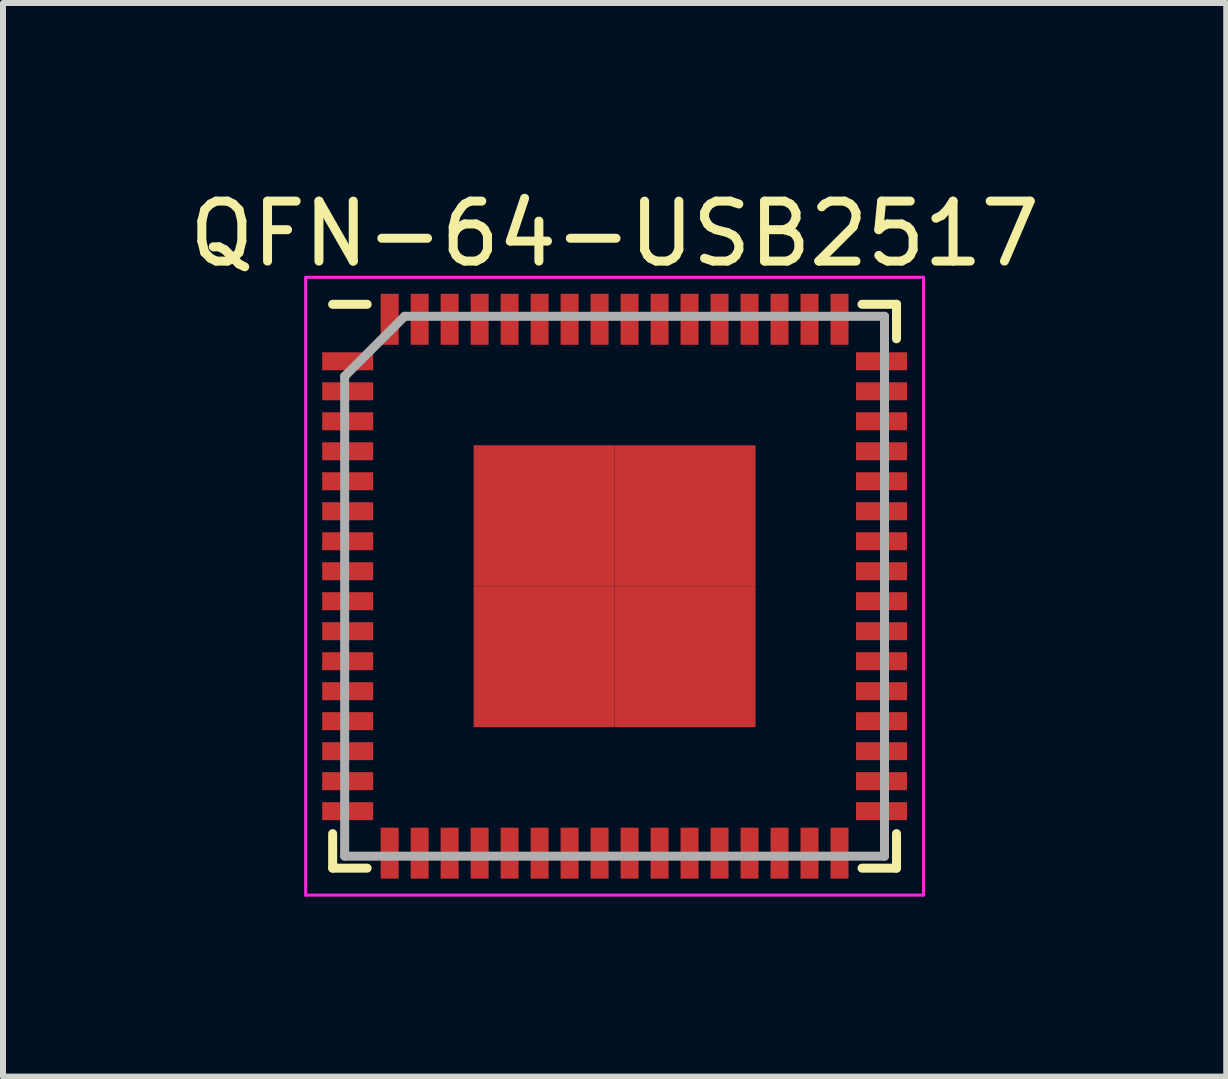
<source format=kicad_pcb>
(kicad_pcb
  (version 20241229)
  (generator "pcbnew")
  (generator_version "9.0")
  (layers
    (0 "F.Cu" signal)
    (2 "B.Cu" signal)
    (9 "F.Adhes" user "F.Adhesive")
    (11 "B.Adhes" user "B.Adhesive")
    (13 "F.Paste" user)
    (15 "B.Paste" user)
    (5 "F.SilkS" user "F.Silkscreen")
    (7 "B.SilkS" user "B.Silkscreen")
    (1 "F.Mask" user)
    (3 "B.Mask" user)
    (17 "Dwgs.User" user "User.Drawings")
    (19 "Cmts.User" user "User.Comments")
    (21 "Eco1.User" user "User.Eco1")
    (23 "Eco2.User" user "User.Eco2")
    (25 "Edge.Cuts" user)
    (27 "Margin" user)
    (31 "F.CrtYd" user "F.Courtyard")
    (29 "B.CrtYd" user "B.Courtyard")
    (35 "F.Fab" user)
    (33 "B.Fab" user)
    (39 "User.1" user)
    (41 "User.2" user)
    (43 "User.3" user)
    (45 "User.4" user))
  (footprint "QFN-64-USB2517"
    (layer "F.Cu")
    (at 7.196 6.723)
    (property "Reference" "QFN-64-USB2517" (at 0 -5.875 0) (layer "F.SilkS") (effects (font (size 1 1) (thickness 0.15))))
    (attr smd)
    (fp_line (start -4.7 -4.7) (end -4.125 -4.7) (stroke (width 0.15) (type solid)) (layer "F.SilkS"))
    (fp_line (start -4.7 4.7) (end -4.7 4.125) (stroke (width 0.15) (type solid)) (layer "F.SilkS"))
    (fp_line (start -4.7 4.7) (end -4.125 4.7) (stroke (width 0.15) (type solid)) (layer "F.SilkS"))
    (fp_line (start 4.7 -4.7) (end 4.125 -4.7) (stroke (width 0.15) (type solid)) (layer "F.SilkS"))
    (fp_line (start 4.7 -4.7) (end 4.7 -4.125) (stroke (width 0.15) (type solid)) (layer "F.SilkS"))
    (fp_line (start 4.7 4.7) (end 4.125 4.7) (stroke (width 0.15) (type solid)) (layer "F.SilkS"))
    (fp_line (start 4.7 4.7) (end 4.7 4.125) (stroke (width 0.15) (type solid)) (layer "F.SilkS"))
    (fp_line (start -5.15 -5.15) (end -5.15 5.15) (stroke (width 0.05) (type solid)) (layer "F.CrtYd"))
    (fp_line (start -5.15 -5.15) (end 5.15 -5.15) (stroke (width 0.05) (type solid)) (layer "F.CrtYd"))
    (fp_line (start -5.15 5.15) (end 5.15 5.15) (stroke (width 0.05) (type solid)) (layer "F.CrtYd"))
    (fp_line (start 5.15 -5.15) (end 5.15 5.15) (stroke (width 0.05) (type solid)) (layer "F.CrtYd"))
    (fp_line (start -4.5 -3.5) (end -3.5 -4.5) (stroke (width 0.15) (type solid)) (layer "F.Fab"))
    (fp_line (start -4.5 4.5) (end -4.5 -3.5) (stroke (width 0.15) (type solid)) (layer "F.Fab"))
    (fp_line (start -3.5 -4.5) (end 4.5 -4.5) (stroke (width 0.15) (type solid)) (layer "F.Fab"))
    (fp_line (start 4.5 -4.5) (end 4.5 4.5) (stroke (width 0.15) (type solid)) (layer "F.Fab"))
    (fp_line (start 4.5 4.5) (end -4.5 4.5) (stroke (width 0.15) (type solid)) (layer "F.Fab"))
    (pad "1" smd rect (at -4.45 -3.75) (size 0.85 0.3) (layers "F.Cu" "F.Mask" "F.Paste"))
    (pad "2" smd rect (at -4.45 -3.25) (size 0.85 0.3) (layers "F.Cu" "F.Mask" "F.Paste"))
    (pad "3" smd rect (at -4.45 -2.75) (size 0.85 0.3) (layers "F.Cu" "F.Mask" "F.Paste"))
    (pad "4" smd rect (at -4.45 -2.25) (size 0.85 0.3) (layers "F.Cu" "F.Mask" "F.Paste"))
    (pad "5" smd rect (at -4.45 -1.75) (size 0.85 0.3) (layers "F.Cu" "F.Mask" "F.Paste"))
    (pad "6" smd rect (at -4.45 -1.25) (size 0.85 0.3) (layers "F.Cu" "F.Mask" "F.Paste"))
    (pad "7" smd rect (at -4.45 -0.75) (size 0.85 0.3) (layers "F.Cu" "F.Mask" "F.Paste"))
    (pad "8" smd rect (at -4.45 -0.25) (size 0.85 0.3) (layers "F.Cu" "F.Mask" "F.Paste"))
    (pad "9" smd rect (at -4.45 0.25) (size 0.85 0.3) (layers "F.Cu" "F.Mask" "F.Paste"))
    (pad "10" smd rect (at -4.45 0.75) (size 0.85 0.3) (layers "F.Cu" "F.Mask" "F.Paste"))
    (pad "11" smd rect (at -4.45 1.25) (size 0.85 0.3) (layers "F.Cu" "F.Mask" "F.Paste"))
    (pad "12" smd rect (at -4.45 1.75) (size 0.85 0.3) (layers "F.Cu" "F.Mask" "F.Paste"))
    (pad "13" smd rect (at -4.45 2.25) (size 0.85 0.3) (layers "F.Cu" "F.Mask" "F.Paste"))
    (pad "14" smd rect (at -4.45 2.75) (size 0.85 0.3) (layers "F.Cu" "F.Mask" "F.Paste"))
    (pad "15" smd rect (at -4.45 3.25) (size 0.85 0.3) (layers "F.Cu" "F.Mask" "F.Paste"))
    (pad "16" smd rect (at -4.45 3.75) (size 0.85 0.3) (layers "F.Cu" "F.Mask" "F.Paste"))
    (pad "17" smd rect (at -3.75 4.45 90) (size 0.85 0.3) (layers "F.Cu" "F.Mask" "F.Paste"))
    (pad "18" smd rect (at -3.25 4.45 90) (size 0.85 0.3) (layers "F.Cu" "F.Mask" "F.Paste"))
    (pad "19" smd rect (at -2.75 4.45 90) (size 0.85 0.3) (layers "F.Cu" "F.Mask" "F.Paste"))
    (pad "20" smd rect (at -2.25 4.45 90) (size 0.85 0.3) (layers "F.Cu" "F.Mask" "F.Paste"))
    (pad "21" smd rect (at -1.75 4.45 90) (size 0.85 0.3) (layers "F.Cu" "F.Mask" "F.Paste"))
    (pad "22" smd rect (at -1.25 4.45 90) (size 0.85 0.3) (layers "F.Cu" "F.Mask" "F.Paste"))
    (pad "23" smd rect (at -0.75 4.45 90) (size 0.85 0.3) (layers "F.Cu" "F.Mask" "F.Paste"))
    (pad "24" smd rect (at -0.25 4.45 90) (size 0.85 0.3) (layers "F.Cu" "F.Mask" "F.Paste"))
    (pad "25" smd rect (at 0.25 4.45 90) (size 0.85 0.3) (layers "F.Cu" "F.Mask" "F.Paste"))
    (pad "26" smd rect (at 0.75 4.45 90) (size 0.85 0.3) (layers "F.Cu" "F.Mask" "F.Paste"))
    (pad "27" smd rect (at 1.25 4.45 90) (size 0.85 0.3) (layers "F.Cu" "F.Mask" "F.Paste"))
    (pad "28" smd rect (at 1.75 4.45 90) (size 0.85 0.3) (layers "F.Cu" "F.Mask" "F.Paste"))
    (pad "29" smd rect (at 2.25 4.45 90) (size 0.85 0.3) (layers "F.Cu" "F.Mask" "F.Paste"))
    (pad "30" smd rect (at 2.75 4.45 90) (size 0.85 0.3) (layers "F.Cu" "F.Mask" "F.Paste"))
    (pad "31" smd rect (at 3.25 4.45 90) (size 0.85 0.3) (layers "F.Cu" "F.Mask" "F.Paste"))
    (pad "32" smd rect (at 3.75 4.45 90) (size 0.85 0.3) (layers "F.Cu" "F.Mask" "F.Paste"))
    (pad "33" smd rect (at 4.45 3.75) (size 0.85 0.3) (layers "F.Cu" "F.Mask" "F.Paste"))
    (pad "34" smd rect (at 4.45 3.25) (size 0.85 0.3) (layers "F.Cu" "F.Mask" "F.Paste"))
    (pad "35" smd rect (at 4.45 2.75) (size 0.85 0.3) (layers "F.Cu" "F.Mask" "F.Paste"))
    (pad "36" smd rect (at 4.45 2.25) (size 0.85 0.3) (layers "F.Cu" "F.Mask" "F.Paste"))
    (pad "37" smd rect (at 4.45 1.75) (size 0.85 0.3) (layers "F.Cu" "F.Mask" "F.Paste"))
    (pad "38" smd rect (at 4.45 1.25) (size 0.85 0.3) (layers "F.Cu" "F.Mask" "F.Paste"))
    (pad "39" smd rect (at 4.45 0.75) (size 0.85 0.3) (layers "F.Cu" "F.Mask" "F.Paste"))
    (pad "40" smd rect (at 4.45 0.25) (size 0.85 0.3) (layers "F.Cu" "F.Mask" "F.Paste"))
    (pad "41" smd rect (at 4.45 -0.25) (size 0.85 0.3) (layers "F.Cu" "F.Mask" "F.Paste"))
    (pad "42" smd rect (at 4.45 -0.75) (size 0.85 0.3) (layers "F.Cu" "F.Mask" "F.Paste"))
    (pad "43" smd rect (at 4.45 -1.25) (size 0.85 0.3) (layers "F.Cu" "F.Mask" "F.Paste"))
    (pad "44" smd rect (at 4.45 -1.75) (size 0.85 0.3) (layers "F.Cu" "F.Mask" "F.Paste"))
    (pad "45" smd rect (at 4.45 -2.25) (size 0.85 0.3) (layers "F.Cu" "F.Mask" "F.Paste"))
    (pad "46" smd rect (at 4.45 -2.75) (size 0.85 0.3) (layers "F.Cu" "F.Mask" "F.Paste"))
    (pad "47" smd rect (at 4.45 -3.25) (size 0.85 0.3) (layers "F.Cu" "F.Mask" "F.Paste"))
    (pad "48" smd rect (at 4.45 -3.75) (size 0.85 0.3) (layers "F.Cu" "F.Mask" "F.Paste"))
    (pad "49" smd rect (at 3.75 -4.45 90) (size 0.85 0.3) (layers "F.Cu" "F.Mask" "F.Paste"))
    (pad "50" smd rect (at 3.25 -4.45 90) (size 0.85 0.3) (layers "F.Cu" "F.Mask" "F.Paste"))
    (pad "51" smd rect (at 2.75 -4.45 90) (size 0.85 0.3) (layers "F.Cu" "F.Mask" "F.Paste"))
    (pad "52" smd rect (at 2.25 -4.45 90) (size 0.85 0.3) (layers "F.Cu" "F.Mask" "F.Paste"))
    (pad "53" smd rect (at 1.75 -4.45 90) (size 0.85 0.3) (layers "F.Cu" "F.Mask" "F.Paste"))
    (pad "54" smd rect (at 1.25 -4.45 90) (size 0.85 0.3) (layers "F.Cu" "F.Mask" "F.Paste"))
    (pad "55" smd rect (at 0.75 -4.45 90) (size 0.85 0.3) (layers "F.Cu" "F.Mask" "F.Paste"))
    (pad "56" smd rect (at 0.25 -4.45 90) (size 0.85 0.3) (layers "F.Cu" "F.Mask" "F.Paste"))
    (pad "57" smd rect (at -0.25 -4.45 90) (size 0.85 0.3) (layers "F.Cu" "F.Mask" "F.Paste"))
    (pad "58" smd rect (at -0.75 -4.45 90) (size 0.85 0.3) (layers "F.Cu" "F.Mask" "F.Paste"))
    (pad "59" smd rect (at -1.25 -4.45 90) (size 0.85 0.3) (layers "F.Cu" "F.Mask" "F.Paste"))
    (pad "60" smd rect (at -1.75 -4.45 90) (size 0.85 0.3) (layers "F.Cu" "F.Mask" "F.Paste"))
    (pad "61" smd rect (at -2.25 -4.45 90) (size 0.85 0.3) (layers "F.Cu" "F.Mask" "F.Paste"))
    (pad "62" smd rect (at -2.75 -4.45 90) (size 0.85 0.3) (layers "F.Cu" "F.Mask" "F.Paste"))
    (pad "63" smd rect (at -3.25 -4.45 90) (size 0.85 0.3) (layers "F.Cu" "F.Mask" "F.Paste"))
    (pad "64" smd rect (at -3.75 -4.45 90) (size 0.85 0.3) (layers "F.Cu" "F.Mask" "F.Paste"))
    (pad "65" smd rect (at -1.175 -1.175) (size 2.35 2.35) (layers "F.Cu" "F.Mask" "F.Paste"))
    (pad "65" smd rect (at -1.175 1.175) (size 2.35 2.35) (layers "F.Cu" "F.Mask" "F.Paste"))
    (pad "65" smd rect (at 1.175 -1.175) (size 2.35 2.35) (layers "F.Cu" "F.Mask" "F.Paste"))
    (pad "65" smd rect (at 1.175 1.175) (size 2.35 2.35) (layers "F.Cu" "F.Mask" "F.Paste")))
  (gr_rect
    (start -3 -3)
    (end 17.393 14.898)
    (stroke (width 0.1) (type default))
    (fill no)
    (layer "Edge.Cuts")))
</source>
